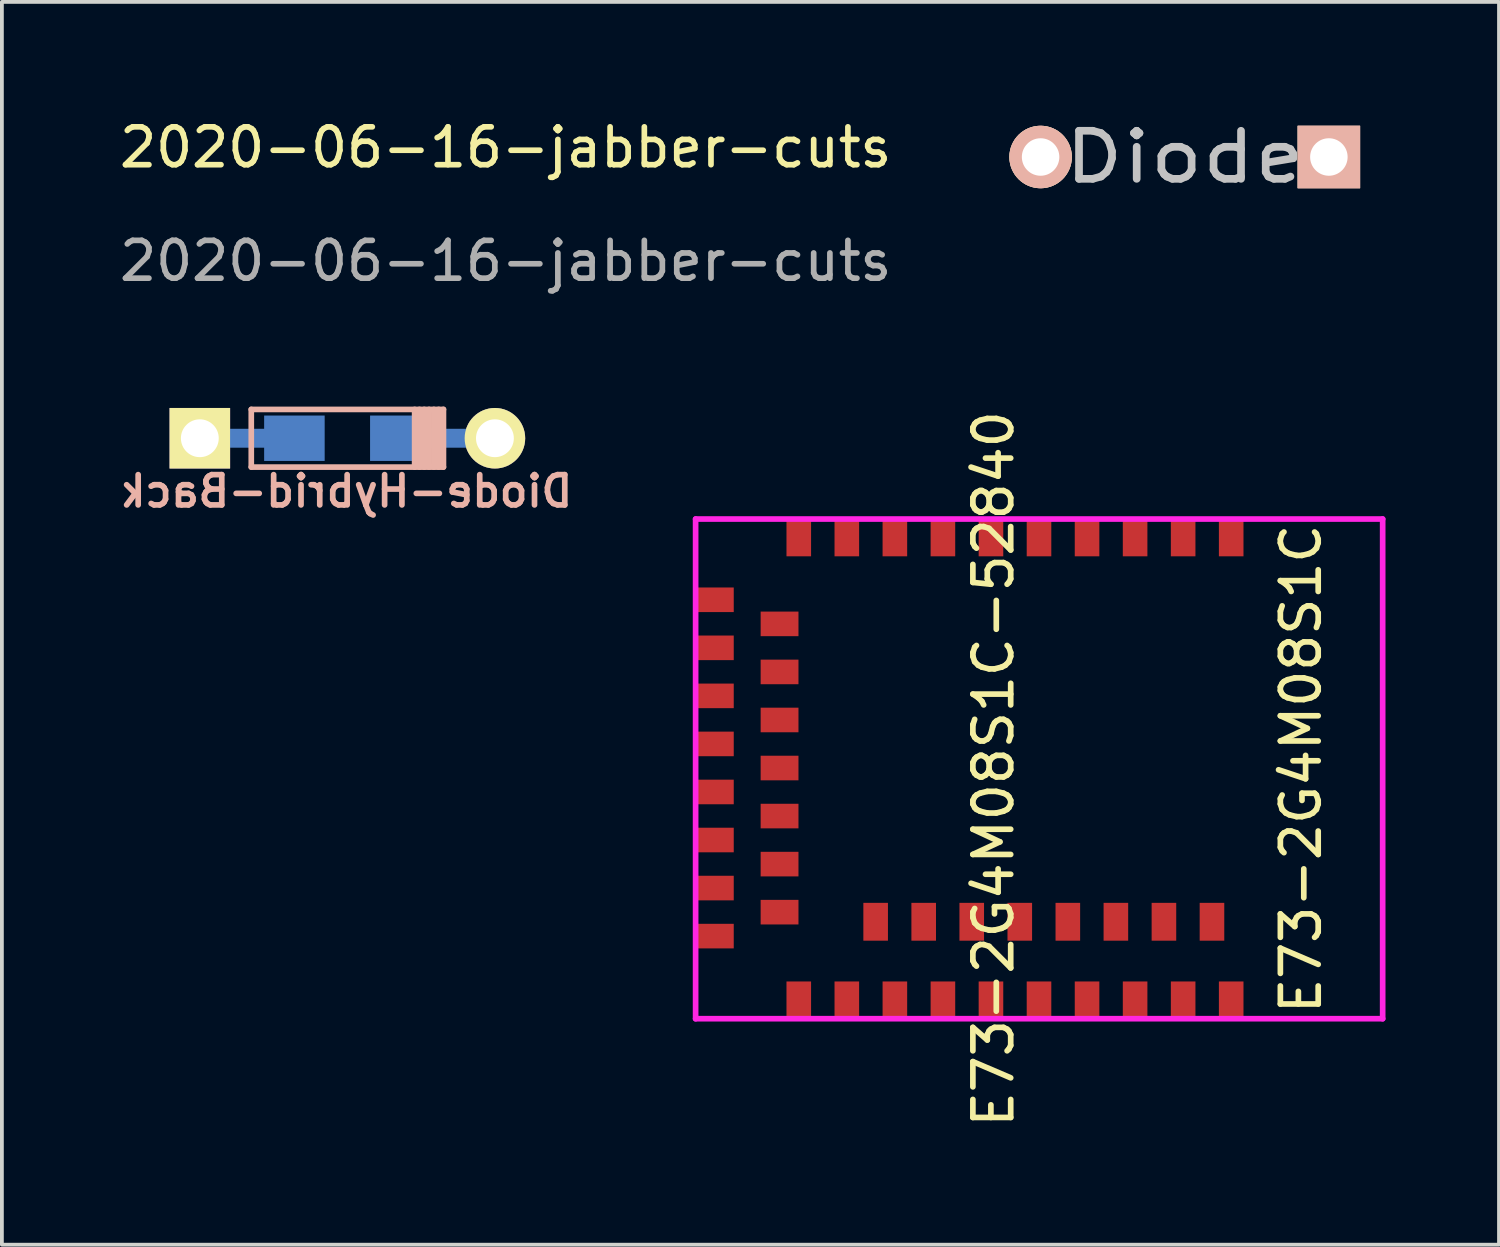
<source format=kicad_pcb>
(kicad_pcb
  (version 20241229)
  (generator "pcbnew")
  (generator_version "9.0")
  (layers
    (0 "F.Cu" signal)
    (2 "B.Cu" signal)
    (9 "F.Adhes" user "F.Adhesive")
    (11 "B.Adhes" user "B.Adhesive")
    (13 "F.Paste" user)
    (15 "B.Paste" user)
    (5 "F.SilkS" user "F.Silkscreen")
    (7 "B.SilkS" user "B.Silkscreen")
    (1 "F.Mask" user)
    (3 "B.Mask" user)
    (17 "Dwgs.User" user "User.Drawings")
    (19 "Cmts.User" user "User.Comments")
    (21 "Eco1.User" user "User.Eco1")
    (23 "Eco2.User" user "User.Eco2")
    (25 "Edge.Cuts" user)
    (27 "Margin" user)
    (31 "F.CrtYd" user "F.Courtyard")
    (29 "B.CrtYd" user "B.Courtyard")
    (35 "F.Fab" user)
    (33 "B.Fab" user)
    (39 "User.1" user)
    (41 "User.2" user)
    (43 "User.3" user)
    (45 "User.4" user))
  (footprint "2020-06-16-jabber-cuts"
    (layer "F.Cu")
    (at 10.315 1.348)
    (property "Reference" "2020-06-16-jabber-cuts" (at 0 -0.5 0) (unlocked yes) (layer "F.SilkS") (effects (font (size 1 1) (thickness 0.15))))
    (attr through_hole)
    (fp_text user "${REFERENCE}" (at 0 2.5 0) (unlocked yes) (layer "F.Fab") (effects (font (size 1 1) (thickness 0.15)))))
  (footprint "E73-2G4M08S1C-52840"
    (layer "F.Cu")
    (at 15.464 17.274)
    (property "Reference" "E73-2G4M08S1C-52840" (at 7.747 -0.000467 270) (layer "F.SilkS") (effects (font (size 1 1) (thickness 0.15))))
    (fp_line (start -0.127 -6.604) (end -0.127 6.604) (stroke (width 0.15) (type solid)) (layer "F.CrtYd"))
    (fp_line (start -0.127 6.604) (end 18.034 6.604) (stroke (width 0.15) (type solid)) (layer "F.CrtYd"))
    (fp_line (start 18.034 -6.604) (end -0.127 -6.604) (stroke (width 0.15) (type solid)) (layer "F.CrtYd"))
    (fp_line (start 18.034 6.604) (end 18.034 -6.604) (stroke (width 0.15) (type solid)) (layer "F.CrtYd"))
    (fp_text user "E73-2G4M08S1C" (at 15.875 0 270) (layer "F.SilkS") (effects (font (size 1 1) (thickness 0.15))))
    (pad "1" smd rect (at 14.03 -6.119) (size 0.65 1) (layers "F.Cu" "F.Mask" "F.Paste"))
    (pad "2" smd rect (at 12.76 -6.119) (size 0.65 1) (layers "F.Cu" "F.Mask" "F.Paste"))
    (pad "3" smd rect (at 11.49 -6.119) (size 0.65 1) (layers "F.Cu" "F.Mask" "F.Paste"))
    (pad "4" smd rect (at 10.22 -6.119) (size 0.65 1) (layers "F.Cu" "F.Mask" "F.Paste"))
    (pad "5" smd rect (at 8.95 -6.119) (size 0.65 1) (layers "F.Cu" "F.Mask" "F.Paste"))
    (pad "6" smd rect (at 7.68 -6.119) (size 0.65 1) (layers "F.Cu" "F.Mask" "F.Paste"))
    (pad "7" smd rect (at 6.41 -6.119) (size 0.65 1) (layers "F.Cu" "F.Mask" "F.Paste"))
    (pad "8" smd rect (at 5.14 -6.119) (size 0.65 1) (layers "F.Cu" "F.Mask" "F.Paste"))
    (pad "9" smd rect (at 3.87 -6.119) (size 0.65 1) (layers "F.Cu" "F.Mask" "F.Paste"))
    (pad "10" smd rect (at 2.6 -6.119) (size 0.65 1) (layers "F.Cu" "F.Mask" "F.Paste"))
    (pad "11" smd rect (at 0.381 -4.47 90) (size 0.65 1) (layers "F.Cu" "F.Mask" "F.Paste"))
    (pad "12" smd rect (at 2.092 -3.833 90) (size 0.65 1) (layers "F.Cu" "F.Mask" "F.Paste"))
    (pad "13" smd rect (at 0.381 -3.2 90) (size 0.65 1) (layers "F.Cu" "F.Mask" "F.Paste"))
    (pad "14" smd rect (at 2.092 -2.563 90) (size 0.65 1) (layers "F.Cu" "F.Mask" "F.Paste"))
    (pad "15" smd rect (at 0.381 -1.93 90) (size 0.65 1) (layers "F.Cu" "F.Mask" "F.Paste"))
    (pad "16" smd rect (at 2.092 -1.293 90) (size 0.65 1) (layers "F.Cu" "F.Mask" "F.Paste"))
    (pad "17" smd rect (at 0.381 -0.66 90) (size 0.65 1) (layers "F.Cu" "F.Mask" "F.Paste"))
    (pad "18" smd rect (at 2.092 -0.023 90) (size 0.65 1) (layers "F.Cu" "F.Mask" "F.Paste"))
    (pad "19" smd rect (at 0.381 0.61 90) (size 0.65 1) (layers "F.Cu" "F.Mask" "F.Paste"))
    (pad "20" smd rect (at 2.092 1.247 90) (size 0.65 1) (layers "F.Cu" "F.Mask" "F.Paste"))
    (pad "21" smd rect (at 0.381 1.88 90) (size 0.65 1) (layers "F.Cu" "F.Mask" "F.Paste"))
    (pad "22" smd rect (at 2.092 2.517 90) (size 0.65 1) (layers "F.Cu" "F.Mask" "F.Paste"))
    (pad "23" smd rect (at 0.381 3.15 90) (size 0.65 1) (layers "F.Cu" "F.Mask" "F.Paste"))
    (pad "24" smd rect (at 2.092 3.787 90) (size 0.65 1) (layers "F.Cu" "F.Mask" "F.Paste"))
    (pad "25" smd rect (at 0.381 4.42 90) (size 0.65 1) (layers "F.Cu" "F.Mask" "F.Paste"))
    (pad "26" smd rect (at 2.6 6.119) (size 0.65 1) (layers "F.Cu" "F.Mask" "F.Paste"))
    (pad "27" smd rect (at 3.87 6.119) (size 0.65 1) (layers "F.Cu" "F.Mask" "F.Paste"))
    (pad "28" smd rect (at 4.632 4.041) (size 0.65 1) (layers "F.Cu" "F.Mask" "F.Paste"))
    (pad "29" smd rect (at 5.14 6.119) (size 0.65 1) (layers "F.Cu" "F.Mask" "F.Paste"))
    (pad "30" smd rect (at 5.902 4.041) (size 0.65 1) (layers "F.Cu" "F.Mask" "F.Paste"))
    (pad "31" smd rect (at 6.41 6.119) (size 0.65 1) (layers "F.Cu" "F.Mask" "F.Paste"))
    (pad "32" smd rect (at 7.172 4.041) (size 0.65 1) (layers "F.Cu" "F.Mask" "F.Paste"))
    (pad "33" smd rect (at 7.68 6.119) (size 0.65 1) (layers "F.Cu" "F.Mask" "F.Paste"))
    (pad "34" smd rect (at 8.442 4.041) (size 0.65 1) (layers "F.Cu" "F.Mask" "F.Paste"))
    (pad "35" smd rect (at 8.95 6.119) (size 0.65 1) (layers "F.Cu" "F.Mask" "F.Paste"))
    (pad "36" smd rect (at 9.712 4.041) (size 0.65 1) (layers "F.Cu" "F.Mask" "F.Paste"))
    (pad "37" smd rect (at 10.22 6.119) (size 0.65 1) (layers "F.Cu" "F.Mask" "F.Paste"))
    (pad "38" smd rect (at 10.982 4.041) (size 0.65 1) (layers "F.Cu" "F.Mask" "F.Paste"))
    (pad "39" smd rect (at 11.49 6.119) (size 0.65 1) (layers "F.Cu" "F.Mask" "F.Paste"))
    (pad "40" smd rect (at 12.252 4.041) (size 0.65 1) (layers "F.Cu" "F.Mask" "F.Paste"))
    (pad "41" smd rect (at 12.76 6.119) (size 0.65 1) (layers "F.Cu" "F.Mask" "F.Paste"))
    (pad "42" smd rect (at 13.522 4.041) (size 0.65 1) (layers "F.Cu" "F.Mask" "F.Paste"))
    (pad "43" smd rect (at 14.03 6.119) (size 0.65 1) (layers "F.Cu" "F.Mask" "F.Paste")))
  (footprint "Diode"
    (layer "F.Cu")
    (at 28.266 1.1)
    (property "Reference" "Diode" (at 0 0 0) (layer "Dwgs.User") (effects (font (size 1.27 1.524) (thickness 0.203))))
    (attr through_hole)
    (pad "1" thru_hole rect (at 3.81 0) (size 1.651 1.651) (drill 0.991) (layers "*.Cu" "*.SilkS" "*.Mask"))
    (pad "2" thru_hole circle (at -3.81 0) (size 1.651 1.651) (drill 0.991) (layers "*.Cu" "*.SilkS" "*.Mask")))
  (footprint "Diode-Hybrid-Back"
    (layer "F.Cu")
    (at 2.232 8.534)
    (property "Reference" "Diode-Hybrid-Back" (at 3.875 1.4 0) (layer "B.SilkS") (effects (font (size 0.8 0.8) (thickness 0.15)) (justify mirror)))
    (attr smd)
    (fp_line (start 1.36 -0.762) (end 1.36 0.762) (stroke (width 0.15) (type solid)) (layer "B.SilkS"))
    (fp_line (start 1.36 0.762) (end 6.44 0.762) (stroke (width 0.15) (type solid)) (layer "B.SilkS"))
    (fp_line (start 5.678 0.762) (end 5.678 -0.762) (stroke (width 0.15) (type solid)) (layer "B.SilkS"))
    (fp_line (start 5.805 0.762) (end 5.805 -0.762) (stroke (width 0.15) (type solid)) (layer "B.SilkS"))
    (fp_line (start 5.932 -0.762) (end 5.932 0.762) (stroke (width 0.15) (type solid)) (layer "B.SilkS"))
    (fp_line (start 6.059 0.762) (end 6.059 -0.762) (stroke (width 0.15) (type solid)) (layer "B.SilkS"))
    (fp_line (start 6.186 -0.762) (end 6.186 0.762) (stroke (width 0.15) (type solid)) (layer "B.SilkS"))
    (fp_line (start 6.313 0.762) (end 6.313 -0.762) (stroke (width 0.15) (type solid)) (layer "B.SilkS"))
    (fp_line (start 6.44 -0.762) (end 1.36 -0.762) (stroke (width 0.15) (type solid)) (layer "B.SilkS"))
    (fp_line (start 6.44 0.762) (end 6.44 -0.762) (stroke (width 0.15) (type solid)) (layer "B.SilkS"))
    (pad "1" thru_hole rect (at 0 0) (size 1.6 1.6) (drill 1) (layers "*.Cu" "*.Mask" "F.SilkS"))
    (pad "1" smd rect (at 1.4 0) (size 2.9 0.5) (layers "B.Cu"))
    (pad "1" smd rect (at 2.5 0) (size 1.6 1.2) (layers "B.Cu" "B.Mask" "B.Paste"))
    (pad "2" smd rect (at 5.3 0) (size 1.6 1.2) (layers "B.Cu" "B.Mask" "B.Paste"))
    (pad "2" smd rect (at 6.4 0) (size 2.9 0.5) (layers "B.Cu"))
    (pad "2" thru_hole oval (at 7.8 0) (size 1.6 1.6) (drill 1) (layers "*.Cu" "*.Mask" "F.SilkS")))
  (gr_rect
    (start -3 -3)
    (end 36.573 29.851)
    (stroke (width 0.1) (type default))
    (fill no)
    (layer "Edge.Cuts")))
</source>
